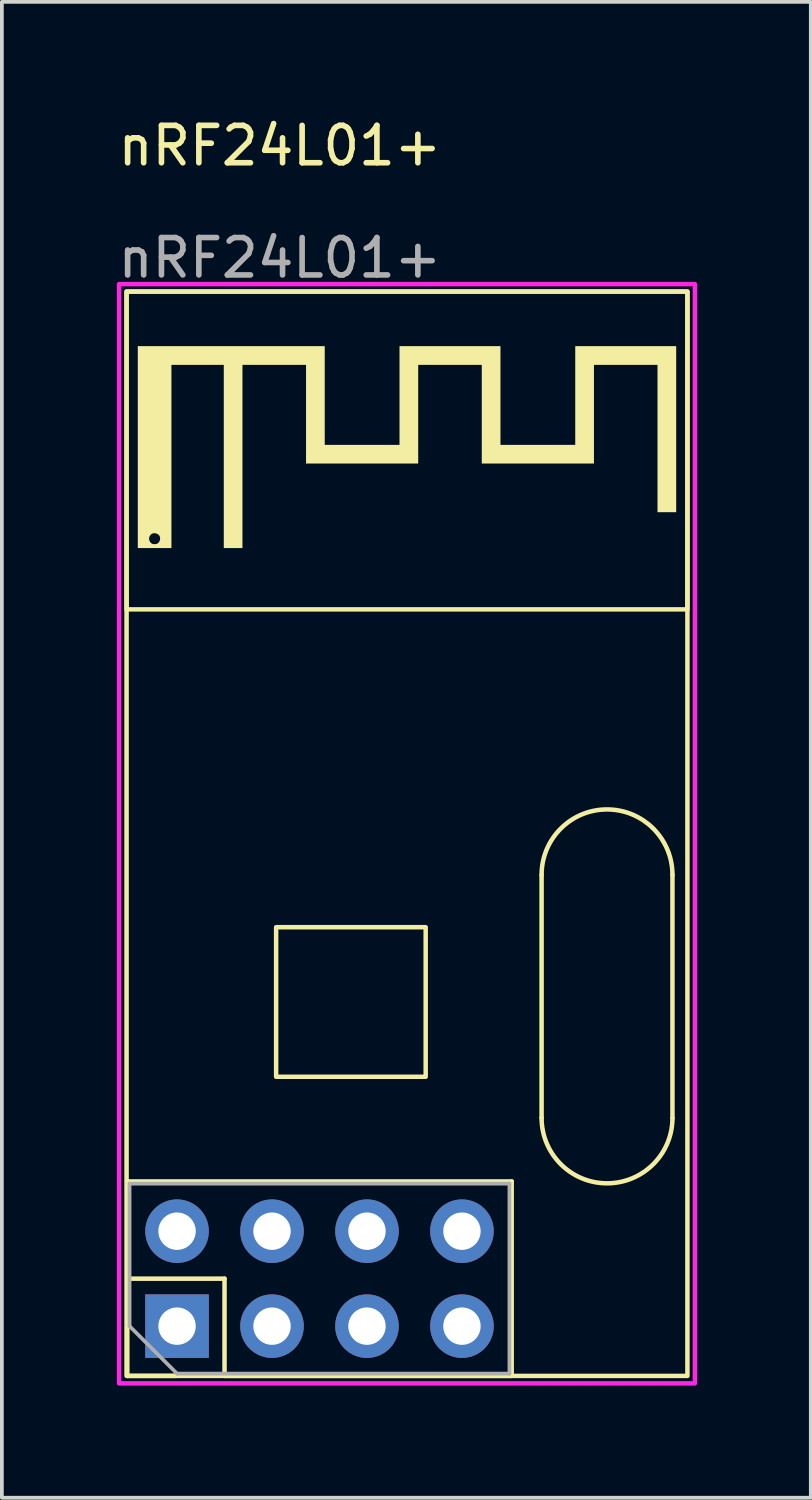
<source format=kicad_pcb>
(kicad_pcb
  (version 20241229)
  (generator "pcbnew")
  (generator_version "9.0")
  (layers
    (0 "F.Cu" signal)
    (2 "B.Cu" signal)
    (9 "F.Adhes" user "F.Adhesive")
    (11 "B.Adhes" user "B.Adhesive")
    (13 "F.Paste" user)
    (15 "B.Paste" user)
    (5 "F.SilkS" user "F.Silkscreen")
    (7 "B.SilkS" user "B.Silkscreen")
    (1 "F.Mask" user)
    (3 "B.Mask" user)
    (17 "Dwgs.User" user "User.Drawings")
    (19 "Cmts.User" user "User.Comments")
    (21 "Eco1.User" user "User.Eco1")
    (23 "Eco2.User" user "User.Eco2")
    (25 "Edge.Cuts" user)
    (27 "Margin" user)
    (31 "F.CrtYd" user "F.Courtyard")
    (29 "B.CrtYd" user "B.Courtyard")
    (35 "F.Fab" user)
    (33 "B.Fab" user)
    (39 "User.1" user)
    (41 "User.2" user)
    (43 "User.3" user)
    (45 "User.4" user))
  (footprint "nRF24L01+"
    (layer "F.Cu")
    (at 7.835 19.248)
    (property "Reference" "nRF24L01+" (at -3.4 -18.4 0) (unlocked yes) (layer "F.SilkS") (effects (font (size 1 1) (thickness 0.15))))
    (attr through_hole)
    (fp_line (start -7.48 9.3) (end 2.8 9.3) (stroke (width 0.12) (type solid)) (layer "F.SilkS"))
    (fp_line (start -7.48 11.9) (end -7.48 9.3) (stroke (width 0.12) (type solid)) (layer "F.SilkS"))
    (fp_line (start -7.48 14.5) (end -7.48 13.17) (stroke (width 0.12) (type solid)) (layer "F.SilkS"))
    (fp_line (start -6.15 14.5) (end -7.48 14.5) (stroke (width 0.12) (type solid)) (layer "F.SilkS"))
    (fp_line (start -4.88 11.9) (end -7.48 11.9) (stroke (width 0.12) (type solid)) (layer "F.SilkS"))
    (fp_line (start -4.88 14.5) (end -4.88 11.9) (stroke (width 0.12) (type solid)) (layer "F.SilkS"))
    (fp_line (start -4.88 14.5) (end 2.8 14.5) (stroke (width 0.12) (type solid)) (layer "F.SilkS"))
    (fp_line (start 2.8 14.5) (end 2.8 9.3) (stroke (width 0.12) (type solid)) (layer "F.SilkS"))
    (fp_line (start 3.6 1.1) (end 3.6 7.6) (stroke (width 0.12) (type solid)) (layer "F.SilkS"))
    (fp_line (start 7.1 1.1) (end 7.1 7.6) (stroke (width 0.12) (type solid)) (layer "F.SilkS"))
    (fp_rect (start -7.5 -14.5) (end 7.5 -6) (stroke (width 0.12) (type solid)) (fill no) (layer "F.SilkS"))
    (fp_rect (start -7.5 -14.5) (end 7.5 14.5) (stroke (width 0.12) (type solid)) (fill no) (layer "F.SilkS"))
    (fp_rect (start -3.5 2.5) (end 0.5 6.5) (stroke (width 0.12) (type solid)) (fill no) (layer "F.SilkS"))
    (fp_arc (start 3.6 1.1) (mid 5.35 -0.65) (end 7.1 1.1) (stroke (width 0.12) (type solid)) (layer "F.SilkS"))
    (fp_arc (start 7.1 7.6) (mid 5.35 9.35) (end 3.6 7.6) (stroke (width 0.12) (type solid)) (layer "F.SilkS"))
    (fp_poly (pts (xy -2.2 -10.4) (xy -0.2 -10.4) (xy -0.2 -13.04) (xy 2.5 -13.04) (xy 2.5 -10.4) (xy 4.5 -10.4) (xy 4.5 -13.04) (xy 7.2 -13.04) (xy 7.2 -8.6) (xy 6.7 -8.6) (xy 6.7 -12.54) (xy 5 -12.54) (xy 5 -9.9) (xy 2 -9.9) (xy 2 -12.54) (xy 0.3 -12.54) (xy 0.3 -9.9) (xy -2.7 -9.9) (xy -2.7 -12.54) (xy -4.4 -12.54) (xy -4.4 -7.64) (xy -4.9 -7.64) (xy -4.9 -12.54) (xy -6.3 -12.54) (xy -6.3 -7.64) (xy -7.2 -7.64) (xy -7.2 -7.883) (xy -6.898 -7.883) (xy -6.888 -7.836) (xy -6.864 -7.793) (xy -6.826 -7.76) (xy -6.818 -7.756) (xy -6.775 -7.744) (xy -6.727 -7.745) (xy -6.681 -7.758) (xy -6.663 -7.768) (xy -6.629 -7.803) (xy -6.608 -7.849) (xy -6.602 -7.898) (xy -6.61 -7.946) (xy -6.627 -7.979) (xy -6.662 -8.011) (xy -6.708 -8.031) (xy -6.757 -8.038) (xy -6.805 -8.03) (xy -6.838 -8.013) (xy -6.873 -7.976) (xy -6.893 -7.932) (xy -6.898 -7.883) (xy -7.2 -7.883) (xy -7.2 -13.04) (xy -2.2 -13.04) (xy -2.2 -10.4)) (stroke (width 0) (type solid)) (fill yes) (layer "F.SilkS"))
    (fp_rect (start -7.7 -14.7) (end 7.7 14.7) (stroke (width 0.12) (type solid)) (fill no) (layer "F.CrtYd"))
    (fp_line (start -7.42 9.36) (end 2.74 9.36) (stroke (width 0.1) (type solid)) (layer "F.Fab"))
    (fp_line (start -7.42 13.17) (end -7.42 9.36) (stroke (width 0.1) (type solid)) (layer "F.Fab"))
    (fp_line (start -6.15 14.44) (end -7.42 13.17) (stroke (width 0.1) (type solid)) (layer "F.Fab"))
    (fp_line (start 2.74 9.36) (end 2.74 14.44) (stroke (width 0.1) (type solid)) (layer "F.Fab"))
    (fp_line (start 2.74 14.44) (end -6.15 14.44) (stroke (width 0.1) (type solid)) (layer "F.Fab"))
    (fp_text user "${REFERENCE}" (at -3.4 -15.4 0) (unlocked yes) (layer "F.Fab") (effects (font (size 1 1) (thickness 0.15))))
    (pad "1" thru_hole rect (at -6.15 13.17 90) (size 1.7 1.7) (drill 1) (layers "*.Cu" "*.Mask"))
    (pad "2" thru_hole oval (at -6.15 10.63 90) (size 1.7 1.7) (drill 1) (layers "*.Cu" "*.Mask"))
    (pad "3" thru_hole oval (at -3.61 13.17 90) (size 1.7 1.7) (drill 1) (layers "*.Cu" "*.Mask"))
    (pad "4" thru_hole oval (at -3.61 10.63 90) (size 1.7 1.7) (drill 1) (layers "*.Cu" "*.Mask"))
    (pad "5" thru_hole oval (at -1.07 13.17 90) (size 1.7 1.7) (drill 1) (layers "*.Cu" "*.Mask"))
    (pad "6" thru_hole oval (at -1.07 10.63 90) (size 1.7 1.7) (drill 1) (layers "*.Cu" "*.Mask"))
    (pad "7" thru_hole oval (at 1.47 13.17 90) (size 1.7 1.7) (drill 1) (layers "*.Cu" "*.Mask"))
    (pad "8" thru_hole oval (at 1.47 10.63 90) (size 1.7 1.7) (drill 1) (layers "*.Cu" "*.Mask"))
    (zone (net_name "") (layers "F.Cu" "B.Cu" "F.Fab") (name "Antenna") (hatch edge 0.508) (connect_pads) (min_thickness 0.254) (filled_areas_thickness no) (keepout (tracks not_allowed) (vias not_allowed) (pads not_allowed) (copperpour not_allowed) (footprints not_allowed)) (placement (enabled no)) (fill) (polygon (pts (xy 15.635 13.348) (xy 0.035 13.348) (xy 0.035 4.448) (xy 15.635 4.448)))))
  (gr_rect
    (start -3 -3)
    (end 18.635 37.008)
    (stroke (width 0.1) (type default))
    (fill no)
    (layer "Edge.Cuts")))
</source>
